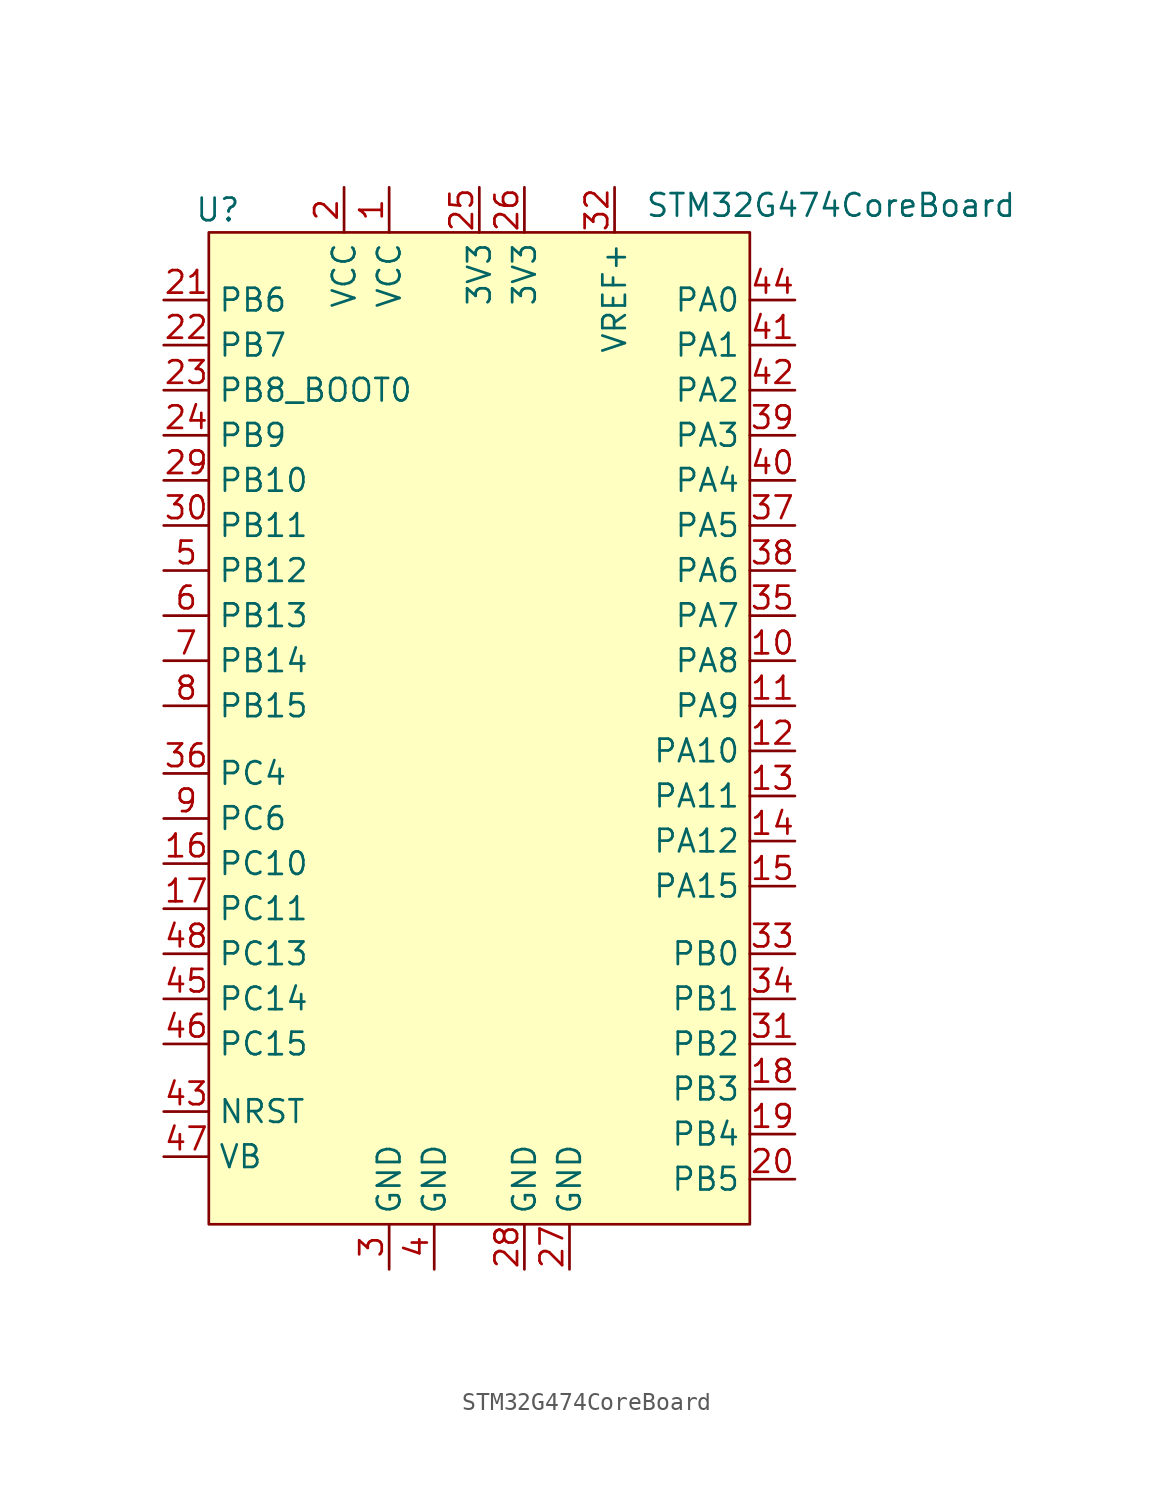
<source format=kicad_sym>
(kicad_symbol_lib
  (version 20241209)
  (generator "kicad_symbol_editor")
  (generator_version "9.0")
  (symbol "STM32G474CoreBoard"
    (property "Reference" "U"
      (at -14.732 27.94 0)
      (effects (font (size 1.27 1.27))))
    (property "Value" "STM32G474CoreBoard"
      (at 19.812 28.194 0)
      (effects (font (size 1.27 1.27))))
    (symbol "STM32G474CoreBoard_1_1"
      (rectangle (start -15.24 26.67) (end 15.24 -29.21) (stroke (width 0) (type default)) (fill (type background)))
      (pin bidirectional line (at -17.78 22.86 0) (length 2.54) (name "PB6" (effects (font (size 1.27 1.27)))) (number "21" (effects (font (size 1.27 1.27)))))
      (pin bidirectional line (at -17.78 20.32 0) (length 2.54) (name "PB7" (effects (font (size 1.27 1.27)))) (number "22" (effects (font (size 1.27 1.27)))))
      (pin bidirectional line (at -17.78 17.78 0) (length 2.54) (name "PB8_BOOT0" (effects (font (size 1.27 1.27)))) (number "23" (effects (font (size 1.27 1.27)))))
      (pin bidirectional line (at -17.78 15.24 0) (length 2.54) (name "PB9" (effects (font (size 1.27 1.27)))) (number "24" (effects (font (size 1.27 1.27)))))
      (pin bidirectional line (at -17.78 12.7 0) (length 2.54) (name "PB10" (effects (font (size 1.27 1.27)))) (number "29" (effects (font (size 1.27 1.27)))))
      (pin bidirectional line (at -17.78 10.16 0) (length 2.54) (name "PB11" (effects (font (size 1.27 1.27)))) (number "30" (effects (font (size 1.27 1.27)))))
      (pin bidirectional line (at -17.78 7.62 0) (length 2.54) (name "PB12" (effects (font (size 1.27 1.27)))) (number "5" (effects (font (size 1.27 1.27)))))
      (pin bidirectional line (at -17.78 5.08 0) (length 2.54) (name "PB13" (effects (font (size 1.27 1.27)))) (number "6" (effects (font (size 1.27 1.27)))))
      (pin bidirectional line (at -17.78 2.54 0) (length 2.54) (name "PB14" (effects (font (size 1.27 1.27)))) (number "7" (effects (font (size 1.27 1.27)))))
      (pin bidirectional line (at -17.78 0 0) (length 2.54) (name "PB15" (effects (font (size 1.27 1.27)))) (number "8" (effects (font (size 1.27 1.27)))))
      (pin bidirectional line (at -17.78 -3.81 0) (length 2.54) (name "PC4" (effects (font (size 1.27 1.27)))) (number "36" (effects (font (size 1.27 1.27)))))
      (pin bidirectional line (at -17.78 -6.35 0) (length 2.54) (name "PC6" (effects (font (size 1.27 1.27)))) (number "9" (effects (font (size 1.27 1.27)))))
      (pin bidirectional line (at -17.78 -8.89 0) (length 2.54) (name "PC10" (effects (font (size 1.27 1.27)))) (number "16" (effects (font (size 1.27 1.27)))))
      (pin bidirectional line (at -17.78 -11.43 0) (length 2.54) (name "PC11" (effects (font (size 1.27 1.27)))) (number "17" (effects (font (size 1.27 1.27)))))
      (pin bidirectional line (at -17.78 -13.97 0) (length 2.54) (name "PC13" (effects (font (size 1.27 1.27)))) (number "48" (effects (font (size 1.27 1.27)))))
      (pin bidirectional line (at -17.78 -16.51 0) (length 2.54) (name "PC14" (effects (font (size 1.27 1.27)))) (number "45" (effects (font (size 1.27 1.27)))))
      (pin bidirectional line (at -17.78 -19.05 0) (length 2.54) (name "PC15" (effects (font (size 1.27 1.27)))) (number "46" (effects (font (size 1.27 1.27)))))
      (pin bidirectional line (at -17.78 -22.86 0) (length 2.54) (name "NRST" (effects (font (size 1.27 1.27)))) (number "43" (effects (font (size 1.27 1.27)))))
      (pin bidirectional line (at -17.78 -25.4 0) (length 2.54) (name "VB" (effects (font (size 1.27 1.27)))) (number "47" (effects (font (size 1.27 1.27)))))
      (pin power_in line (at -7.62 29.21 270) (length 2.54) (name "VCC" (effects (font (size 1.27 1.27)))) (number "2" (effects (font (size 1.27 1.27)))))
      (pin power_in line (at -5.08 29.21 270) (length 2.54) (name "VCC" (effects (font (size 1.27 1.27)))) (number "1" (effects (font (size 1.27 1.27)))))
      (pin passive line (at -5.08 -31.75 90) (length 2.54) (name "GND" (effects (font (size 1.27 1.27)))) (number "3" (effects (font (size 1.27 1.27)))))
      (pin passive line (at -2.54 -31.75 90) (length 2.54) (name "GND" (effects (font (size 1.27 1.27)))) (number "4" (effects (font (size 1.27 1.27)))))
      (pin power_in line (at 0 29.21 270) (length 2.54) (name "3V3" (effects (font (size 1.27 1.27)))) (number "25" (effects (font (size 1.27 1.27)))))
      (pin power_in line (at 2.54 29.21 270) (length 2.54) (name "3V3" (effects (font (size 1.27 1.27)))) (number "26" (effects (font (size 1.27 1.27)))))
      (pin passive line (at 2.54 -31.75 90) (length 2.54) (name "GND" (effects (font (size 1.27 1.27)))) (number "28" (effects (font (size 1.27 1.27)))))
      (pin passive line (at 5.08 -31.75 90) (length 2.54) (name "GND" (effects (font (size 1.27 1.27)))) (number "27" (effects (font (size 1.27 1.27)))))
      (pin bidirectional line (at 7.62 29.21 270) (length 2.54) (name "VREF+" (effects (font (size 1.27 1.27)))) (number "32" (effects (font (size 1.27 1.27)))))
      (pin bidirectional line (at 17.78 22.86 180) (length 2.54) (name "PA0" (effects (font (size 1.27 1.27)))) (number "44" (effects (font (size 1.27 1.27)))))
      (pin bidirectional line (at 17.78 20.32 180) (length 2.54) (name "PA1" (effects (font (size 1.27 1.27)))) (number "41" (effects (font (size 1.27 1.27)))))
      (pin bidirectional line (at 17.78 17.78 180) (length 2.54) (name "PA2" (effects (font (size 1.27 1.27)))) (number "42" (effects (font (size 1.27 1.27)))))
      (pin bidirectional line (at 17.78 15.24 180) (length 2.54) (name "PA3" (effects (font (size 1.27 1.27)))) (number "39" (effects (font (size 1.27 1.27)))))
      (pin bidirectional line (at 17.78 12.7 180) (length 2.54) (name "PA4" (effects (font (size 1.27 1.27)))) (number "40" (effects (font (size 1.27 1.27)))))
      (pin bidirectional line (at 17.78 10.16 180) (length 2.54) (name "PA5" (effects (font (size 1.27 1.27)))) (number "37" (effects (font (size 1.27 1.27)))))
      (pin bidirectional line (at 17.78 7.62 180) (length 2.54) (name "PA6" (effects (font (size 1.27 1.27)))) (number "38" (effects (font (size 1.27 1.27)))))
      (pin bidirectional line (at 17.78 5.08 180) (length 2.54) (name "PA7" (effects (font (size 1.27 1.27)))) (number "35" (effects (font (size 1.27 1.27)))))
      (pin bidirectional line (at 17.78 2.54 180) (length 2.54) (name "PA8" (effects (font (size 1.27 1.27)))) (number "10" (effects (font (size 1.27 1.27)))))
      (pin bidirectional line (at 17.78 0 180) (length 2.54) (name "PA9" (effects (font (size 1.27 1.27)))) (number "11" (effects (font (size 1.27 1.27)))))
      (pin bidirectional line (at 17.78 -2.54 180) (length 2.54) (name "PA10" (effects (font (size 1.27 1.27)))) (number "12" (effects (font (size 1.27 1.27)))))
      (pin bidirectional line (at 17.78 -5.08 180) (length 2.54) (name "PA11" (effects (font (size 1.27 1.27)))) (number "13" (effects (font (size 1.27 1.27)))))
      (pin bidirectional line (at 17.78 -7.62 180) (length 2.54) (name "PA12" (effects (font (size 1.27 1.27)))) (number "14" (effects (font (size 1.27 1.27)))))
      (pin bidirectional line (at 17.78 -10.16 180) (length 2.54) (name "PA15" (effects (font (size 1.27 1.27)))) (number "15" (effects (font (size 1.27 1.27)))))
      (pin bidirectional line (at 17.78 -13.97 180) (length 2.54) (name "PB0" (effects (font (size 1.27 1.27)))) (number "33" (effects (font (size 1.27 1.27)))))
      (pin bidirectional line (at 17.78 -16.51 180) (length 2.54) (name "PB1" (effects (font (size 1.27 1.27)))) (number "34" (effects (font (size 1.27 1.27)))))
      (pin bidirectional line (at 17.78 -19.05 180) (length 2.54) (name "PB2" (effects (font (size 1.27 1.27)))) (number "31" (effects (font (size 1.27 1.27)))))
      (pin bidirectional line (at 17.78 -21.59 180) (length 2.54) (name "PB3" (effects (font (size 1.27 1.27)))) (number "18" (effects (font (size 1.27 1.27)))))
      (pin bidirectional line (at 17.78 -24.13 180) (length 2.54) (name "PB4" (effects (font (size 1.27 1.27)))) (number "19" (effects (font (size 1.27 1.27)))))
      (pin bidirectional line (at 17.78 -26.67 180) (length 2.54) (name "PB5" (effects (font (size 1.27 1.27)))) (number "20" (effects (font (size 1.27 1.27))))))))
</source>
